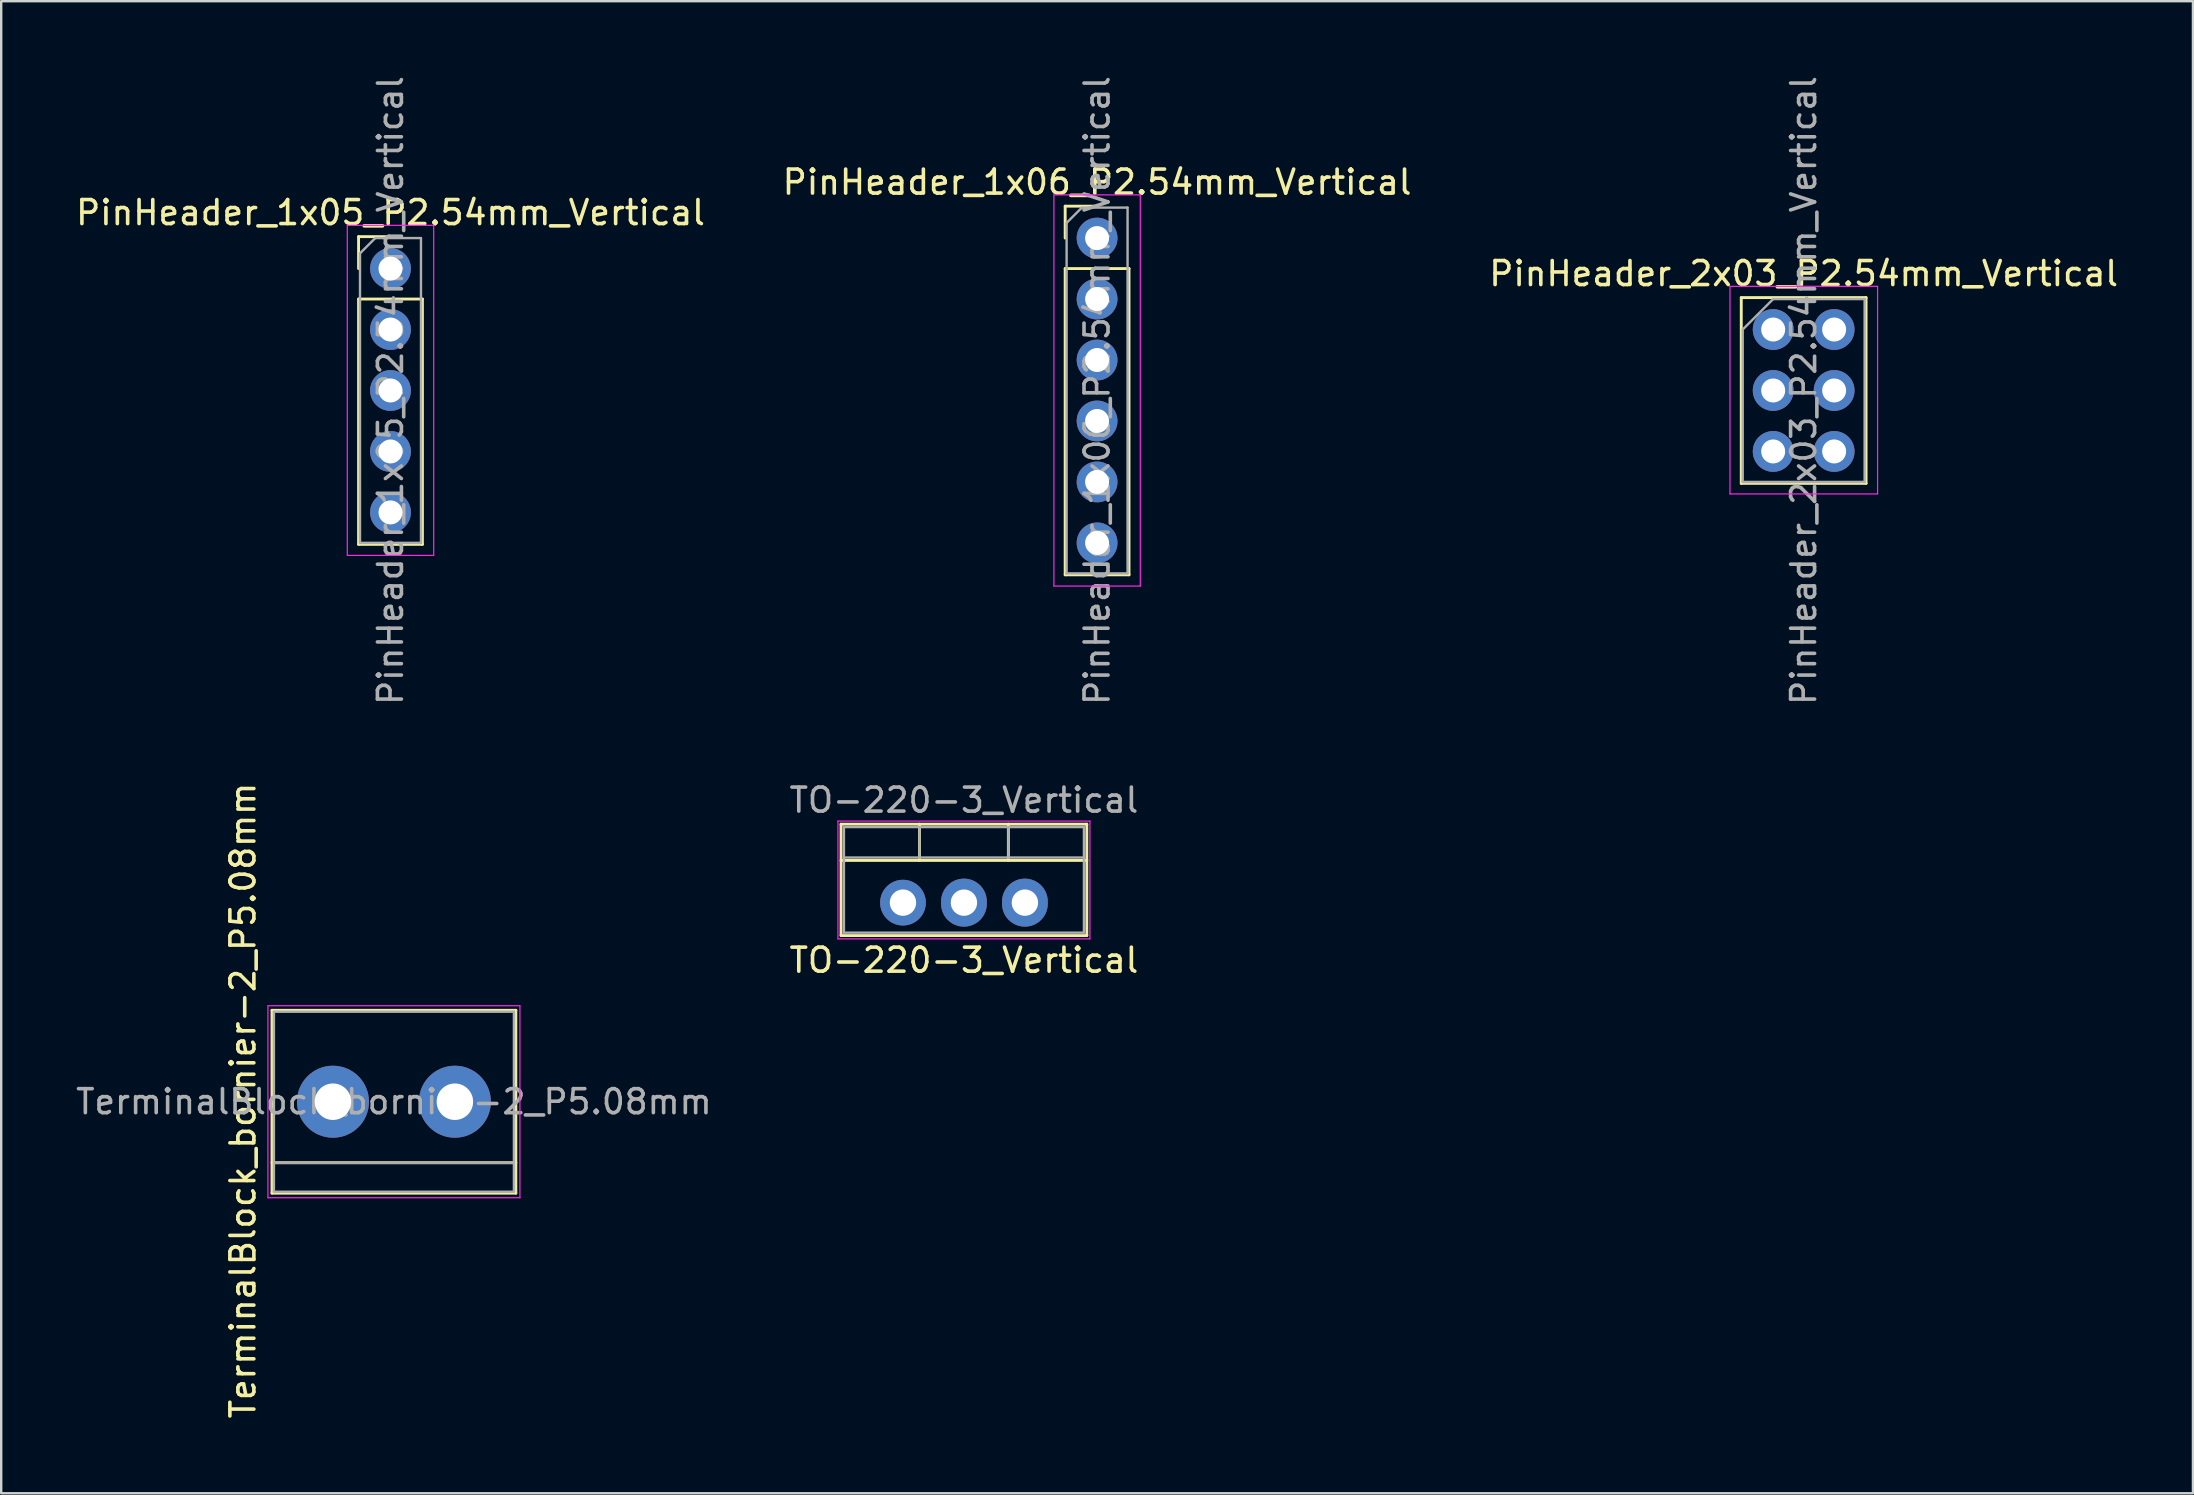
<source format=kicad_pcb>
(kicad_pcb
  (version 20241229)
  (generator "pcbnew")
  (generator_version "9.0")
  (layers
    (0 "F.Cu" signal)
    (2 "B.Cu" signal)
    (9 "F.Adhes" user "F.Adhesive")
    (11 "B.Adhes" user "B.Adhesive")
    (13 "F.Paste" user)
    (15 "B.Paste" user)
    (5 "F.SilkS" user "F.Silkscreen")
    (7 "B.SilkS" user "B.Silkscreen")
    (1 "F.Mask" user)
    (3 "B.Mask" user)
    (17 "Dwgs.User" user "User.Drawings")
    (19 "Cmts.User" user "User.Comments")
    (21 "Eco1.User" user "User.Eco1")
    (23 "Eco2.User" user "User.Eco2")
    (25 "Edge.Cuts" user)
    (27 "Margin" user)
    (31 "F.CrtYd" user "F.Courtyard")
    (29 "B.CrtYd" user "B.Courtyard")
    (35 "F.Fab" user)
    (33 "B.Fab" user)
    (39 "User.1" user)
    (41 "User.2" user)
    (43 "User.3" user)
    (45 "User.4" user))
  (footprint "PinHeader_2x03_P2.54mm_Vertical"
    (layer "F.Cu")
    (at 70.831 10.68)
    (property "Reference" "PinHeader_2x03_P2.54mm_Vertical" (at 1.27 -2.33 0) (layer "F.SilkS") (effects (font (size 1 1) (thickness 0.15))))
    (attr through_hole)
    (fp_line (start -1.33 -1.33) (end -1.33 6.41) (stroke (width 0.12) (type solid)) (layer "F.SilkS"))
    (fp_line (start -1.33 -1.33) (end 3.87 -1.33) (stroke (width 0.12) (type solid)) (layer "F.SilkS"))
    (fp_line (start -1.33 6.41) (end 3.87 6.41) (stroke (width 0.12) (type solid)) (layer "F.SilkS"))
    (fp_line (start 3.87 -1.33) (end 3.87 6.41) (stroke (width 0.12) (type solid)) (layer "F.SilkS"))
    (fp_line (start -1.8 -1.8) (end -1.8 6.85) (stroke (width 0.05) (type solid)) (layer "F.CrtYd"))
    (fp_line (start -1.8 6.85) (end 4.35 6.85) (stroke (width 0.05) (type solid)) (layer "F.CrtYd"))
    (fp_line (start 4.35 -1.8) (end -1.8 -1.8) (stroke (width 0.05) (type solid)) (layer "F.CrtYd"))
    (fp_line (start 4.35 6.85) (end 4.35 -1.8) (stroke (width 0.05) (type solid)) (layer "F.CrtYd"))
    (fp_line (start -1.27 0) (end 0 -1.27) (stroke (width 0.1) (type solid)) (layer "F.Fab"))
    (fp_line (start -1.27 6.35) (end -1.27 0) (stroke (width 0.1) (type solid)) (layer "F.Fab"))
    (fp_line (start 0 -1.27) (end 3.81 -1.27) (stroke (width 0.1) (type solid)) (layer "F.Fab"))
    (fp_line (start 3.81 -1.27) (end 3.81 6.35) (stroke (width 0.1) (type solid)) (layer "F.Fab"))
    (fp_line (start 3.81 6.35) (end -1.27 6.35) (stroke (width 0.1) (type solid)) (layer "F.Fab"))
    (fp_text user "${REFERENCE}" (at 1.27 2.54 90) (layer "F.Fab") (effects (font (size 1 1) (thickness 0.15))))
    (pad "1" thru_hole circle (at 0 0) (size 1.7 1.7) (drill 1) (layers "*.Cu" "*.Mask"))
    (pad "2" thru_hole oval (at 2.54 0) (size 1.7 1.7) (drill 1) (layers "*.Cu" "*.Mask"))
    (pad "3" thru_hole oval (at 0 2.54) (size 1.7 1.7) (drill 1) (layers "*.Cu" "*.Mask"))
    (pad "4" thru_hole oval (at 2.54 2.54) (size 1.7 1.7) (drill 1) (layers "*.Cu" "*.Mask"))
    (pad "5" thru_hole oval (at 0 5.08) (size 1.7 1.7) (drill 1) (layers "*.Cu" "*.Mask"))
    (pad "6" thru_hole oval (at 2.54 5.08) (size 1.7 1.7) (drill 1) (layers "*.Cu" "*.Mask")))
  (footprint "TerminalBlock_bornier-2_P5.08mm"
    (layer "F.Cu")
    (at 10.823 42.854)
    (property "Reference" "TerminalBlock_bornier-2_P5.08mm" (at -3.75 -0.05 90) (layer "F.SilkS") (effects (font (size 1 1) (thickness 0.15))))
    (attr through_hole)
    (fp_line (start -2.54 -3.81) (end -2.54 3.81) (stroke (width 0.12) (type solid)) (layer "F.SilkS"))
    (fp_line (start -2.54 3.81) (end 7.62 3.81) (stroke (width 0.12) (type solid)) (layer "F.SilkS"))
    (fp_line (start 7.62 -3.81) (end -2.54 -3.81) (stroke (width 0.12) (type solid)) (layer "F.SilkS"))
    (fp_line (start 7.62 2.54) (end -2.54 2.54) (stroke (width 0.12) (type solid)) (layer "F.SilkS"))
    (fp_line (start 7.62 3.81) (end 7.62 -3.81) (stroke (width 0.12) (type solid)) (layer "F.SilkS"))
    (fp_line (start -2.71 -4) (end -2.71 4) (stroke (width 0.05) (type solid)) (layer "F.CrtYd"))
    (fp_line (start -2.71 -4) (end 7.79 -4) (stroke (width 0.05) (type solid)) (layer "F.CrtYd"))
    (fp_line (start 7.79 4) (end -2.71 4) (stroke (width 0.05) (type solid)) (layer "F.CrtYd"))
    (fp_line (start 7.79 4) (end 7.79 -4) (stroke (width 0.05) (type solid)) (layer "F.CrtYd"))
    (fp_line (start -2.46 -3.75) (end -2.46 3.75) (stroke (width 0.1) (type solid)) (layer "F.Fab"))
    (fp_line (start -2.46 3.75) (end 7.54 3.75) (stroke (width 0.1) (type solid)) (layer "F.Fab"))
    (fp_line (start -2.41 2.55) (end 7.49 2.55) (stroke (width 0.1) (type solid)) (layer "F.Fab"))
    (fp_line (start 7.54 -3.75) (end -2.46 -3.75) (stroke (width 0.1) (type solid)) (layer "F.Fab"))
    (fp_line (start 7.54 3.75) (end 7.54 -3.75) (stroke (width 0.1) (type solid)) (layer "F.Fab"))
    (fp_text user "${REFERENCE}" (at 2.54 0 180) (layer "F.Fab") (effects (font (size 1 1) (thickness 0.15))))
    (pad "1" thru_hole circle (at 0 0) (size 3 3) (drill 1.52) (layers "*.Cu" "*.Mask"))
    (pad "2" thru_hole circle (at 5.08 0) (size 3 3) (drill 1.52) (layers "*.Cu" "*.Mask")))
  (footprint "PinHeader_1x06_P2.54mm_Vertical"
    (layer "F.Cu")
    (at 42.661 6.87)
    (property "Reference" "PinHeader_1x06_P2.54mm_Vertical" (at 0 -2.33 0) (layer "F.SilkS") (effects (font (size 1 1) (thickness 0.15))))
    (attr through_hole)
    (fp_line (start -1.33 -1.33) (end 0 -1.33) (stroke (width 0.12) (type solid)) (layer "F.SilkS"))
    (fp_line (start -1.33 0) (end -1.33 -1.33) (stroke (width 0.12) (type solid)) (layer "F.SilkS"))
    (fp_line (start -1.33 1.27) (end -1.33 14.03) (stroke (width 0.12) (type solid)) (layer "F.SilkS"))
    (fp_line (start -1.33 1.27) (end 1.33 1.27) (stroke (width 0.12) (type solid)) (layer "F.SilkS"))
    (fp_line (start -1.33 14.03) (end 1.33 14.03) (stroke (width 0.12) (type solid)) (layer "F.SilkS"))
    (fp_line (start 1.33 1.27) (end 1.33 14.03) (stroke (width 0.12) (type solid)) (layer "F.SilkS"))
    (fp_line (start -1.8 -1.8) (end -1.8 14.5) (stroke (width 0.05) (type solid)) (layer "F.CrtYd"))
    (fp_line (start -1.8 14.5) (end 1.8 14.5) (stroke (width 0.05) (type solid)) (layer "F.CrtYd"))
    (fp_line (start 1.8 -1.8) (end -1.8 -1.8) (stroke (width 0.05) (type solid)) (layer "F.CrtYd"))
    (fp_line (start 1.8 14.5) (end 1.8 -1.8) (stroke (width 0.05) (type solid)) (layer "F.CrtYd"))
    (fp_line (start -1.27 -0.635) (end -0.635 -1.27) (stroke (width 0.1) (type solid)) (layer "F.Fab"))
    (fp_line (start -1.27 13.97) (end -1.27 -0.635) (stroke (width 0.1) (type solid)) (layer "F.Fab"))
    (fp_line (start -0.635 -1.27) (end 1.27 -1.27) (stroke (width 0.1) (type solid)) (layer "F.Fab"))
    (fp_line (start 1.27 -1.27) (end 1.27 13.97) (stroke (width 0.1) (type solid)) (layer "F.Fab"))
    (fp_line (start 1.27 13.97) (end -1.27 13.97) (stroke (width 0.1) (type solid)) (layer "F.Fab"))
    (fp_text user "${REFERENCE}" (at 0 6.35 90) (layer "F.Fab") (effects (font (size 1 1) (thickness 0.15))))
    (pad "1" thru_hole circle (at 0 0) (size 1.7 1.7) (drill 1) (layers "*.Cu" "*.Mask"))
    (pad "2" thru_hole oval (at 0 2.54) (size 1.7 1.7) (drill 1) (layers "*.Cu" "*.Mask"))
    (pad "3" thru_hole oval (at 0 5.08) (size 1.7 1.7) (drill 1) (layers "*.Cu" "*.Mask"))
    (pad "4" thru_hole oval (at 0 7.62) (size 1.7 1.7) (drill 1) (layers "*.Cu" "*.Mask"))
    (pad "5" thru_hole oval (at 0 10.16) (size 1.7 1.7) (drill 1) (layers "*.Cu" "*.Mask"))
    (pad "6" thru_hole oval (at 0 12.7) (size 1.7 1.7) (drill 1) (layers "*.Cu" "*.Mask")))
  (footprint "PinHeader_1x05_P2.54mm_Vertical"
    (layer "F.Cu")
    (at 13.22 8.14)
    (property "Reference" "PinHeader_1x05_P2.54mm_Vertical" (at 0 -2.33 0) (layer "F.SilkS") (effects (font (size 1 1) (thickness 0.15))))
    (attr through_hole)
    (fp_line (start -1.33 -1.33) (end 0 -1.33) (stroke (width 0.12) (type solid)) (layer "F.SilkS"))
    (fp_line (start -1.33 0) (end -1.33 -1.33) (stroke (width 0.12) (type solid)) (layer "F.SilkS"))
    (fp_line (start -1.33 1.27) (end -1.33 11.49) (stroke (width 0.12) (type solid)) (layer "F.SilkS"))
    (fp_line (start -1.33 1.27) (end 1.33 1.27) (stroke (width 0.12) (type solid)) (layer "F.SilkS"))
    (fp_line (start -1.33 11.49) (end 1.33 11.49) (stroke (width 0.12) (type solid)) (layer "F.SilkS"))
    (fp_line (start 1.33 1.27) (end 1.33 11.49) (stroke (width 0.12) (type solid)) (layer "F.SilkS"))
    (fp_line (start -1.8 -1.8) (end -1.8 11.95) (stroke (width 0.05) (type solid)) (layer "F.CrtYd"))
    (fp_line (start -1.8 11.95) (end 1.8 11.95) (stroke (width 0.05) (type solid)) (layer "F.CrtYd"))
    (fp_line (start 1.8 -1.8) (end -1.8 -1.8) (stroke (width 0.05) (type solid)) (layer "F.CrtYd"))
    (fp_line (start 1.8 11.95) (end 1.8 -1.8) (stroke (width 0.05) (type solid)) (layer "F.CrtYd"))
    (fp_line (start -1.27 -0.635) (end -0.635 -1.27) (stroke (width 0.1) (type solid)) (layer "F.Fab"))
    (fp_line (start -1.27 11.43) (end -1.27 -0.635) (stroke (width 0.1) (type solid)) (layer "F.Fab"))
    (fp_line (start -0.635 -1.27) (end 1.27 -1.27) (stroke (width 0.1) (type solid)) (layer "F.Fab"))
    (fp_line (start 1.27 -1.27) (end 1.27 11.43) (stroke (width 0.1) (type solid)) (layer "F.Fab"))
    (fp_line (start 1.27 11.43) (end -1.27 11.43) (stroke (width 0.1) (type solid)) (layer "F.Fab"))
    (fp_text user "${REFERENCE}" (at 0 5.08 90) (layer "F.Fab") (effects (font (size 1 1) (thickness 0.15))))
    (pad "1" thru_hole circle (at 0 0) (size 1.7 1.7) (drill 1) (layers "*.Cu" "*.Mask"))
    (pad "2" thru_hole oval (at 0 2.54) (size 1.7 1.7) (drill 1) (layers "*.Cu" "*.Mask"))
    (pad "3" thru_hole oval (at 0 5.08) (size 1.7 1.7) (drill 1) (layers "*.Cu" "*.Mask"))
    (pad "4" thru_hole oval (at 0 7.62) (size 1.7 1.7) (drill 1) (layers "*.Cu" "*.Mask"))
    (pad "5" thru_hole oval (at 0 10.16) (size 1.7 1.7) (drill 1) (layers "*.Cu" "*.Mask")))
  (footprint "TO-220-3_Vertical"
    (layer "F.Cu")
    (at 34.573 34.559)
    (property "Reference" "TO-220-3_Vertical" (at 2.54 2.4 0) (layer "F.SilkS") (effects (font (size 1 1) (thickness 0.15))))
    (attr through_hole)
    (fp_line (start -2.58 -3.27) (end -2.58 1.371) (stroke (width 0.12) (type solid)) (layer "F.SilkS"))
    (fp_line (start -2.58 -3.27) (end 7.66 -3.27) (stroke (width 0.12) (type solid)) (layer "F.SilkS"))
    (fp_line (start -2.58 -1.76) (end 7.66 -1.76) (stroke (width 0.12) (type solid)) (layer "F.SilkS"))
    (fp_line (start -2.58 1.371) (end 7.66 1.371) (stroke (width 0.12) (type solid)) (layer "F.SilkS"))
    (fp_line (start 0.69 -3.27) (end 0.69 -1.76) (stroke (width 0.12) (type solid)) (layer "F.SilkS"))
    (fp_line (start 4.391 -3.27) (end 4.391 -1.76) (stroke (width 0.12) (type solid)) (layer "F.SilkS"))
    (fp_line (start 7.66 -3.27) (end 7.66 1.371) (stroke (width 0.12) (type solid)) (layer "F.SilkS"))
    (fp_line (start -2.71 -3.4) (end -2.71 1.51) (stroke (width 0.05) (type solid)) (layer "F.CrtYd"))
    (fp_line (start -2.71 1.51) (end 7.79 1.51) (stroke (width 0.05) (type solid)) (layer "F.CrtYd"))
    (fp_line (start 7.79 -3.4) (end -2.71 -3.4) (stroke (width 0.05) (type solid)) (layer "F.CrtYd"))
    (fp_line (start 7.79 1.51) (end 7.79 -3.4) (stroke (width 0.05) (type solid)) (layer "F.CrtYd"))
    (fp_line (start -2.46 -3.15) (end -2.46 1.25) (stroke (width 0.1) (type solid)) (layer "F.Fab"))
    (fp_line (start -2.46 -1.88) (end 7.54 -1.88) (stroke (width 0.1) (type solid)) (layer "F.Fab"))
    (fp_line (start -2.46 1.25) (end 7.54 1.25) (stroke (width 0.1) (type solid)) (layer "F.Fab"))
    (fp_line (start 0.69 -3.15) (end 0.69 -1.88) (stroke (width 0.1) (type solid)) (layer "F.Fab"))
    (fp_line (start 4.39 -3.15) (end 4.39 -1.88) (stroke (width 0.1) (type solid)) (layer "F.Fab"))
    (fp_line (start 7.54 -3.15) (end -2.46 -3.15) (stroke (width 0.1) (type solid)) (layer "F.Fab"))
    (fp_line (start 7.54 1.25) (end 7.54 -3.15) (stroke (width 0.1) (type solid)) (layer "F.Fab"))
    (fp_text user "${REFERENCE}" (at 2.54 -4.27 0) (layer "F.Fab") (effects (font (size 1 1) (thickness 0.15))))
    (pad "1" thru_hole circle (at 0 0) (size 1.905 1.905) (drill 1.1) (layers "*.Cu" "*.Mask"))
    (pad "2" thru_hole oval (at 2.54 0) (size 1.905 2) (drill 1.1) (layers "*.Cu" "*.Mask"))
    (pad "3" thru_hole oval (at 5.08 0) (size 1.905 2) (drill 1.1) (layers "*.Cu" "*.Mask")))
  (gr_rect
    (start -3 -3)
    (end 88.321 59.167)
    (stroke (width 0.1) (type default))
    (fill no)
    (layer "Edge.Cuts")))
</source>
